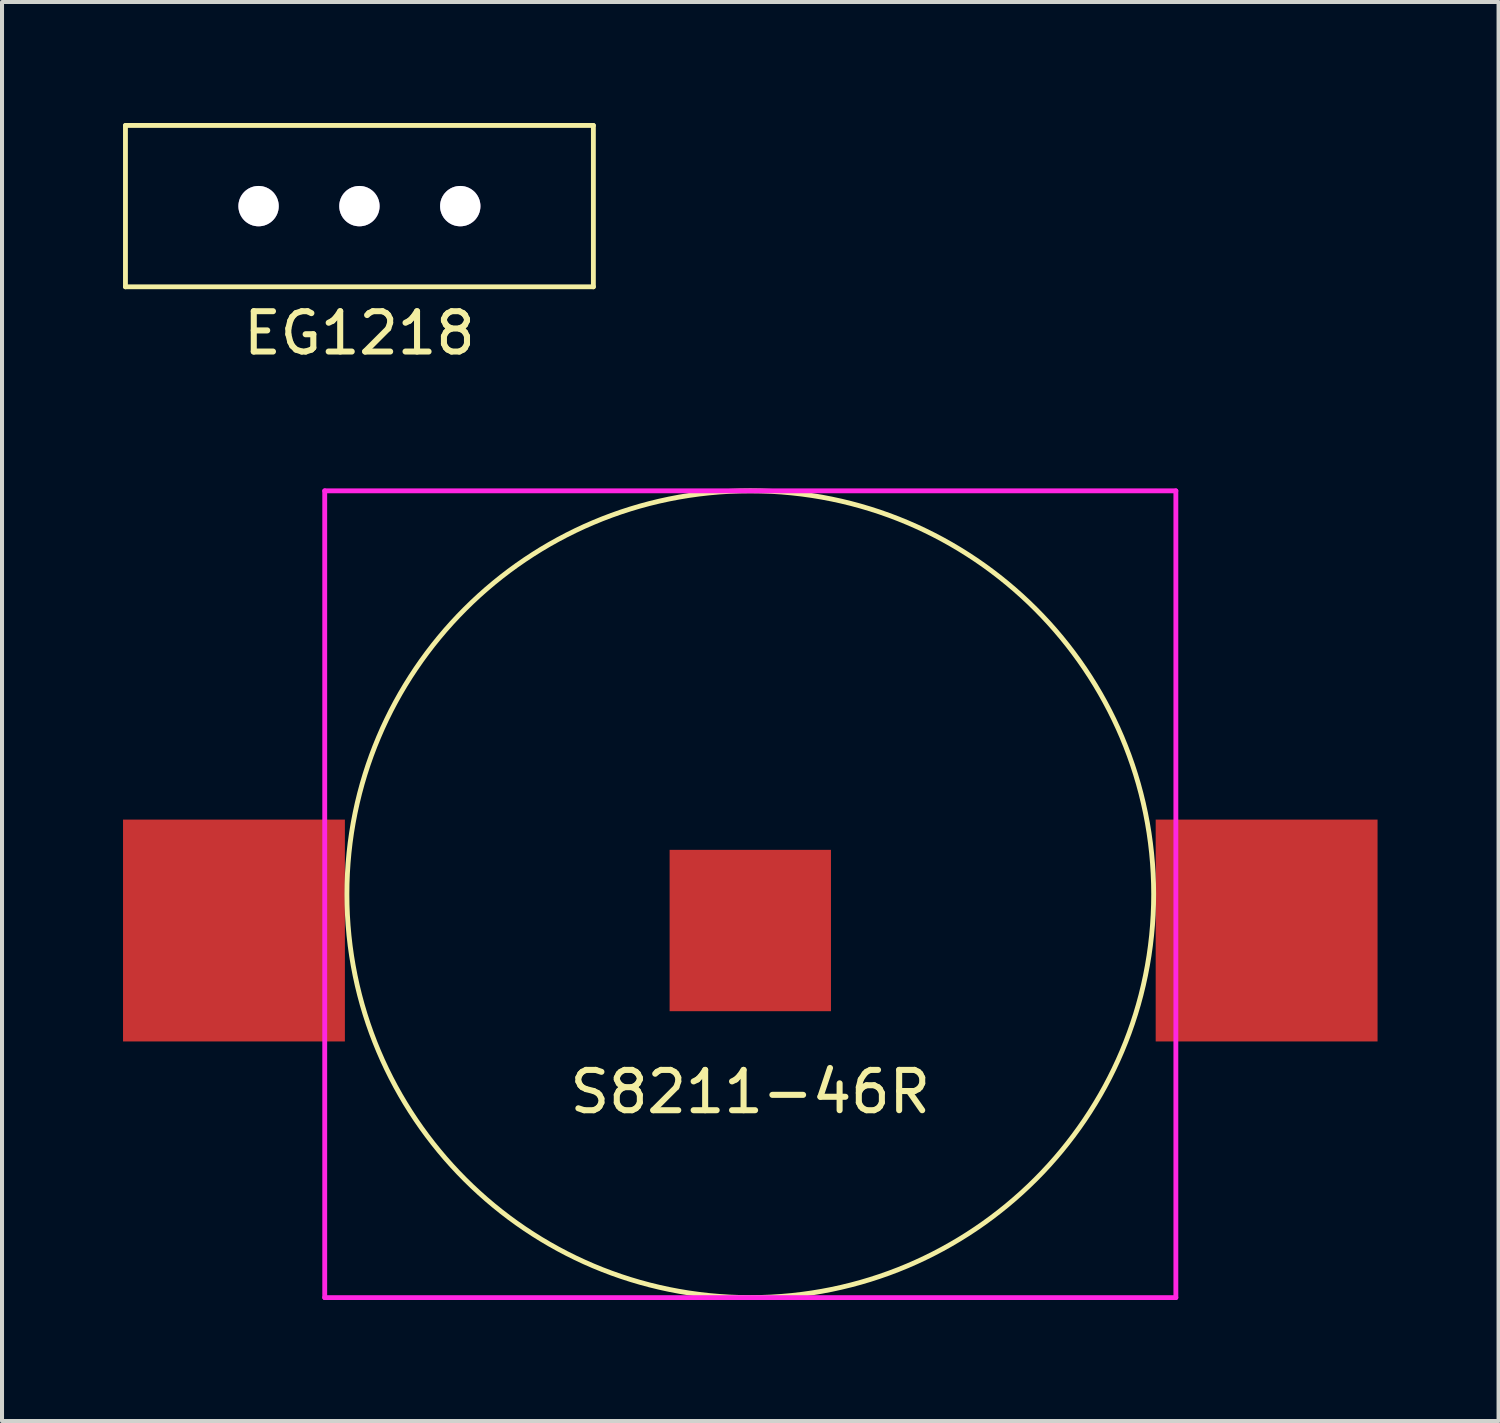
<source format=kicad_pcb>
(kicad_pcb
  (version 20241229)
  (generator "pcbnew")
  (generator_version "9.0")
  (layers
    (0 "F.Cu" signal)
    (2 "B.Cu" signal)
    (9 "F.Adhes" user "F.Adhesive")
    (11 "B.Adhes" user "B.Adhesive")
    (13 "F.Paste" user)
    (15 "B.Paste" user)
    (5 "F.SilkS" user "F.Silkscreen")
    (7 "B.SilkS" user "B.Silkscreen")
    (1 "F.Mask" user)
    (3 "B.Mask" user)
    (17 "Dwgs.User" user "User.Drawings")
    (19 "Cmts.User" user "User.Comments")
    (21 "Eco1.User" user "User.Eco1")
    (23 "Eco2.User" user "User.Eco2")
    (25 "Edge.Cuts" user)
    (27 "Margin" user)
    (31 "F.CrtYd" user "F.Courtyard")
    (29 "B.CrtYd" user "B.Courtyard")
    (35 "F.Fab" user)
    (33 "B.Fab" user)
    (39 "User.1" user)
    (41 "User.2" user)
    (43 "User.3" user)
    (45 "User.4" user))
  (footprint "S8211-46R"
    (layer "F.Cu")
    (at 15.55 20.018)
    (property "Reference" "S8211-46R" (at 0 4 0) (layer "F.SilkS") (effects (font (size 1 1) (thickness 0.15))))
    (attr through_hole)
    (fp_circle (center 0 -0.9) (end 10 -0.9) (stroke (width 0.12) (type solid)) (fill no) (layer "F.SilkS"))
    (fp_line (start -10.55 -10.9) (end -10.55 9.1) (stroke (width 0.12) (type solid)) (layer "F.CrtYd"))
    (fp_line (start -10.55 9.1) (end 10.55 9.1) (stroke (width 0.12) (type solid)) (layer "F.CrtYd"))
    (fp_line (start 10.55 -10.9) (end -10.55 -10.9) (stroke (width 0.12) (type solid)) (layer "F.CrtYd"))
    (fp_line (start 10.55 9.1) (end 10.55 -10.9) (stroke (width 0.12) (type solid)) (layer "F.CrtYd"))
    (pad "1" smd rect (at -12.8 0) (size 5.5 5.5) (layers "F.Cu" "F.Mask" "F.Paste"))
    (pad "1" smd rect (at 12.8 0) (size 5.5 5.5) (layers "F.Cu" "F.Mask" "F.Paste"))
    (pad "2" smd rect (at 0 0) (size 4 4) (layers "F.Cu" "F.Mask" "F.Paste")))
  (footprint "EG1218"
    (layer "F.Cu")
    (at 5.86 2.06)
    (property "Reference" "EG1218" (at 0 3.15 0) (layer "F.SilkS") (effects (font (size 1 1) (thickness 0.15))))
    (attr through_hole)
    (fp_line (start -5.8 -2) (end -5.8 2) (stroke (width 0.12) (type solid)) (layer "F.SilkS"))
    (fp_line (start -5.8 2) (end 5.8 2) (stroke (width 0.12) (type solid)) (layer "F.SilkS"))
    (fp_line (start 5.8 -2) (end -5.8 -2) (stroke (width 0.12) (type solid)) (layer "F.SilkS"))
    (fp_line (start 5.8 2) (end 5.8 -2) (stroke (width 0.12) (type solid)) (layer "F.SilkS"))
    (pad "1" thru_hole circle (at 2.5 0) (size 1 1) (drill 1) (layers "*.Cu" "*.Mask"))
    (pad "2" thru_hole circle (at 0 0) (size 1 1) (drill 1) (layers "*.Cu" "*.Mask"))
    (pad "3" thru_hole circle (at -2.5 0) (size 1 1) (drill 1) (layers "*.Cu" "*.Mask")))
  (gr_rect
    (start -3 -3)
    (end 34.1 32.178)
    (stroke (width 0.1) (type default))
    (fill no)
    (layer "Edge.Cuts")))
</source>
